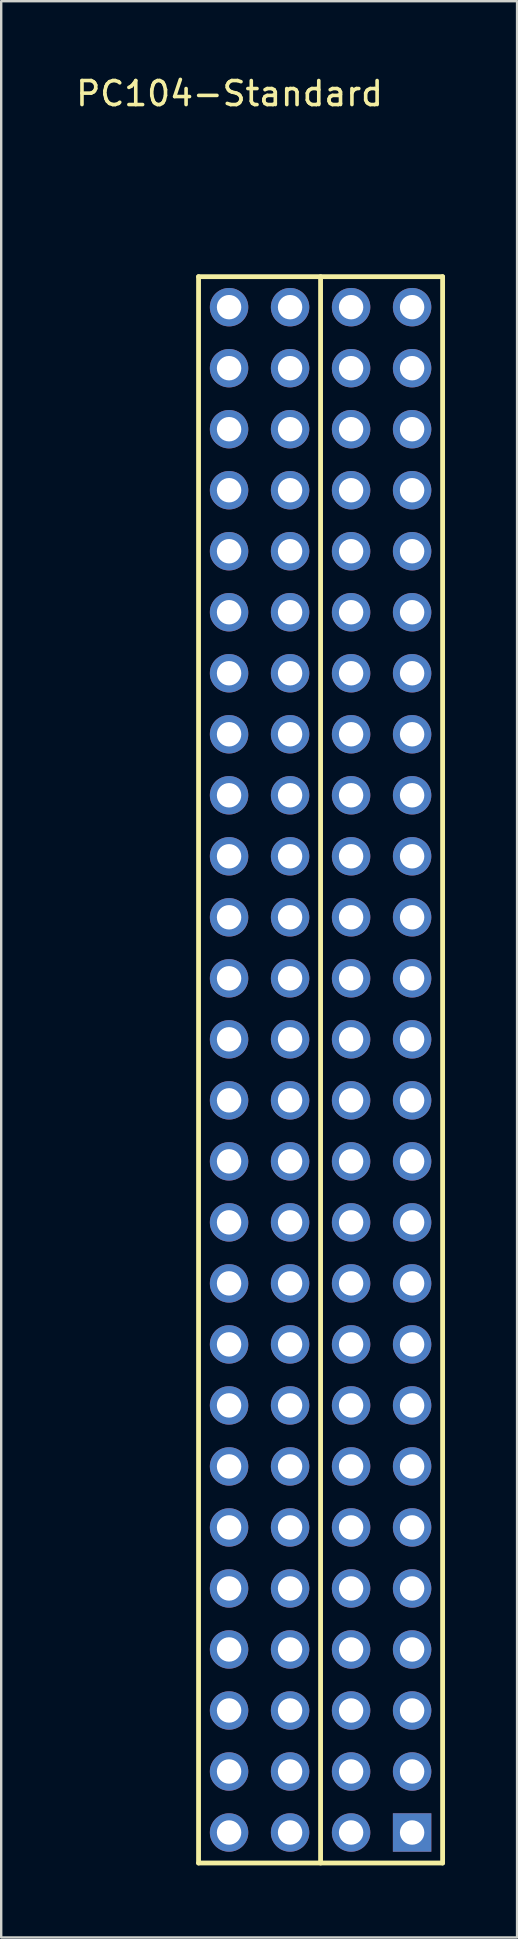
<source format=kicad_pcb>
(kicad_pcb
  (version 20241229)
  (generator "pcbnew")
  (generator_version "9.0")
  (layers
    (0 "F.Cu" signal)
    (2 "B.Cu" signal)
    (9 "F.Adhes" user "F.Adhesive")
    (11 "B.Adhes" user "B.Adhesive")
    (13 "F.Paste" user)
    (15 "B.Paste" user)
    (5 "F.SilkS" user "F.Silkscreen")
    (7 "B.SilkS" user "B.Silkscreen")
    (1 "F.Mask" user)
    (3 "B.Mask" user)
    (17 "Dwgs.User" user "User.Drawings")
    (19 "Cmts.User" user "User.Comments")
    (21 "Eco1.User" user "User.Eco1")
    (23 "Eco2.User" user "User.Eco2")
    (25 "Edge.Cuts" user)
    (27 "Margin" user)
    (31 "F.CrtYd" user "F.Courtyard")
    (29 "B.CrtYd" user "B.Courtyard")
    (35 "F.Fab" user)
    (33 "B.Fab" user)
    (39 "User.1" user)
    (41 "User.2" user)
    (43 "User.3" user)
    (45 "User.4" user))
  (footprint "PC104-Standard"
    (layer "F.Cu")
    (at 5.236 41.488)
    (property "Reference" "PC104-Standard" (at 1.27 -40.64 0) (layer "F.SilkS") (effects (font (size 1 1) (thickness 0.15))))
    (attr through_hole)
    (fp_line (start -0.02 -33.02) (end 10.14 -33.02) (stroke (width 0.2) (type solid)) (layer "F.SilkS"))
    (fp_line (start -0.02 33.02) (end -0.02 -33.02) (stroke (width 0.2) (type solid)) (layer "F.SilkS"))
    (fp_line (start 5.06 -33.02) (end 5.06 33.02) (stroke (width 0.2) (type solid)) (layer "F.SilkS"))
    (fp_line (start 10.14 -33.02) (end 10.14 33.02) (stroke (width 0.2) (type solid)) (layer "F.SilkS"))
    (fp_line (start 10.14 33.02) (end -0.02 33.02) (stroke (width 0.2) (type solid)) (layer "F.SilkS"))
    (pad "1" thru_hole rect (at 8.87 31.75) (size 1.6 1.6) (drill 1.016) (layers "*.Cu" "*.Mask"))
    (pad "2" thru_hole circle (at 6.33 31.75) (size 1.6 1.6) (drill 1.016) (layers "*.Cu" "*.Mask"))
    (pad "3" thru_hole circle (at 8.87 29.21) (size 1.6 1.6) (drill 1.016) (layers "*.Cu" "*.Mask"))
    (pad "4" thru_hole circle (at 6.33 29.21) (size 1.6 1.6) (drill 1.016) (layers "*.Cu" "*.Mask"))
    (pad "5" thru_hole circle (at 8.87 26.67) (size 1.6 1.6) (drill 1.016) (layers "*.Cu" "*.Mask"))
    (pad "6" thru_hole circle (at 6.33 26.67) (size 1.6 1.6) (drill 1.016) (layers "*.Cu" "*.Mask"))
    (pad "7" thru_hole circle (at 8.87 24.13) (size 1.6 1.6) (drill 1.016) (layers "*.Cu" "*.Mask"))
    (pad "8" thru_hole circle (at 6.33 24.13) (size 1.6 1.6) (drill 1.016) (layers "*.Cu" "*.Mask"))
    (pad "9" thru_hole circle (at 8.87 21.59) (size 1.6 1.6) (drill 1.016) (layers "*.Cu" "*.Mask"))
    (pad "10" thru_hole circle (at 6.33 21.59) (size 1.6 1.6) (drill 1.016) (layers "*.Cu" "*.Mask"))
    (pad "11" thru_hole circle (at 8.87 19.05) (size 1.6 1.6) (drill 1.016) (layers "*.Cu" "*.Mask"))
    (pad "12" thru_hole circle (at 6.33 19.05) (size 1.6 1.6) (drill 1.016) (layers "*.Cu" "*.Mask"))
    (pad "13" thru_hole circle (at 8.87 16.51) (size 1.6 1.6) (drill 1.016) (layers "*.Cu" "*.Mask"))
    (pad "14" thru_hole circle (at 6.33 16.51) (size 1.6 1.6) (drill 1.016) (layers "*.Cu" "*.Mask"))
    (pad "15" thru_hole circle (at 8.87 13.97) (size 1.6 1.6) (drill 1.016) (layers "*.Cu" "*.Mask"))
    (pad "16" thru_hole circle (at 6.33 13.97) (size 1.6 1.6) (drill 1.016) (layers "*.Cu" "*.Mask"))
    (pad "17" thru_hole circle (at 8.87 11.43) (size 1.6 1.6) (drill 1.016) (layers "*.Cu" "*.Mask"))
    (pad "18" thru_hole circle (at 6.33 11.43) (size 1.6 1.6) (drill 1.016) (layers "*.Cu" "*.Mask"))
    (pad "19" thru_hole circle (at 8.87 8.89) (size 1.6 1.6) (drill 1.016) (layers "*.Cu" "*.Mask"))
    (pad "20" thru_hole circle (at 6.33 8.89) (size 1.6 1.6) (drill 1.016) (layers "*.Cu" "*.Mask"))
    (pad "21" thru_hole circle (at 8.87 6.35) (size 1.6 1.6) (drill 1.016) (layers "*.Cu" "*.Mask"))
    (pad "22" thru_hole circle (at 6.33 6.35) (size 1.6 1.6) (drill 1.016) (layers "*.Cu" "*.Mask"))
    (pad "23" thru_hole circle (at 8.87 3.81) (size 1.6 1.6) (drill 1.016) (layers "*.Cu" "*.Mask"))
    (pad "24" thru_hole circle (at 6.33 3.81) (size 1.6 1.6) (drill 1.016) (layers "*.Cu" "*.Mask"))
    (pad "25" thru_hole circle (at 8.87 1.27) (size 1.6 1.6) (drill 1.016) (layers "*.Cu" "*.Mask"))
    (pad "26" thru_hole circle (at 6.33 1.27) (size 1.6 1.6) (drill 1.016) (layers "*.Cu" "*.Mask"))
    (pad "27" thru_hole circle (at 8.87 -1.27) (size 1.6 1.6) (drill 1.016) (layers "*.Cu" "*.Mask"))
    (pad "28" thru_hole circle (at 6.33 -1.27) (size 1.6 1.6) (drill 1.016) (layers "*.Cu" "*.Mask"))
    (pad "29" thru_hole circle (at 8.87 -3.81) (size 1.6 1.6) (drill 1.016) (layers "*.Cu" "*.Mask"))
    (pad "30" thru_hole circle (at 6.33 -3.81) (size 1.6 1.6) (drill 1.016) (layers "*.Cu" "*.Mask"))
    (pad "31" thru_hole circle (at 8.87 -6.35) (size 1.6 1.6) (drill 1.016) (layers "*.Cu" "*.Mask"))
    (pad "32" thru_hole circle (at 6.33 -6.35) (size 1.6 1.6) (drill 1.016) (layers "*.Cu" "*.Mask"))
    (pad "33" thru_hole circle (at 8.87 -8.89) (size 1.6 1.6) (drill 1.016) (layers "*.Cu" "*.Mask"))
    (pad "34" thru_hole circle (at 6.33 -8.89) (size 1.6 1.6) (drill 1.016) (layers "*.Cu" "*.Mask"))
    (pad "35" thru_hole circle (at 8.87 -11.43) (size 1.6 1.6) (drill 1.016) (layers "*.Cu" "*.Mask"))
    (pad "36" thru_hole circle (at 6.33 -11.43) (size 1.6 1.6) (drill 1.016) (layers "*.Cu" "*.Mask"))
    (pad "37" thru_hole circle (at 8.87 -13.97) (size 1.6 1.6) (drill 1.016) (layers "*.Cu" "*.Mask"))
    (pad "38" thru_hole circle (at 6.33 -13.97) (size 1.6 1.6) (drill 1.016) (layers "*.Cu" "*.Mask"))
    (pad "39" thru_hole circle (at 8.87 -16.51) (size 1.6 1.6) (drill 1.016) (layers "*.Cu" "*.Mask"))
    (pad "40" thru_hole circle (at 6.33 -16.51) (size 1.6 1.6) (drill 1.016) (layers "*.Cu" "*.Mask"))
    (pad "41" thru_hole circle (at 8.87 -19.05) (size 1.6 1.6) (drill 1.016) (layers "*.Cu" "*.Mask"))
    (pad "42" thru_hole circle (at 6.33 -19.05) (size 1.6 1.6) (drill 1.016) (layers "*.Cu" "*.Mask"))
    (pad "43" thru_hole circle (at 8.87 -21.59) (size 1.6 1.6) (drill 1.016) (layers "*.Cu" "*.Mask"))
    (pad "44" thru_hole circle (at 6.33 -21.59) (size 1.6 1.6) (drill 1.016) (layers "*.Cu" "*.Mask"))
    (pad "45" thru_hole circle (at 8.87 -24.13) (size 1.6 1.6) (drill 1.016) (layers "*.Cu" "*.Mask"))
    (pad "46" thru_hole circle (at 6.33 -24.13) (size 1.6 1.6) (drill 1.016) (layers "*.Cu" "*.Mask"))
    (pad "47" thru_hole circle (at 8.87 -26.67) (size 1.6 1.6) (drill 1.016) (layers "*.Cu" "*.Mask"))
    (pad "48" thru_hole circle (at 6.33 -26.67) (size 1.6 1.6) (drill 1.016) (layers "*.Cu" "*.Mask"))
    (pad "49" thru_hole circle (at 8.87 -29.21) (size 1.6 1.6) (drill 1.016) (layers "*.Cu" "*.Mask"))
    (pad "50" thru_hole circle (at 6.33 -29.21) (size 1.6 1.6) (drill 1.016) (layers "*.Cu" "*.Mask"))
    (pad "51" thru_hole circle (at 8.87 -31.75) (size 1.6 1.6) (drill 1.016) (layers "*.Cu" "*.Mask"))
    (pad "52" thru_hole circle (at 6.33 -31.75) (size 1.6 1.6) (drill 1.016) (layers "*.Cu" "*.Mask"))
    (pad "53" thru_hole circle (at 3.79 31.75) (size 1.6 1.6) (drill 1.016) (layers "*.Cu" "*.Mask"))
    (pad "54" thru_hole circle (at 1.25 31.75) (size 1.6 1.6) (drill 1.016) (layers "*.Cu" "*.Mask"))
    (pad "55" thru_hole circle (at 3.79 29.21) (size 1.6 1.6) (drill 1.016) (layers "*.Cu" "*.Mask"))
    (pad "56" thru_hole circle (at 1.25 29.21) (size 1.6 1.6) (drill 1.016) (layers "*.Cu" "*.Mask"))
    (pad "57" thru_hole circle (at 3.79 26.67 90) (size 1.6 1.6) (drill 1.016) (layers "*.Cu" "*.Mask"))
    (pad "58" thru_hole circle (at 1.25 26.67) (size 1.6 1.6) (drill 1.016) (layers "*.Cu" "*.Mask"))
    (pad "59" thru_hole circle (at 3.79 24.13) (size 1.6 1.6) (drill 1.016) (layers "*.Cu" "*.Mask"))
    (pad "60" thru_hole circle (at 1.25 24.13) (size 1.6 1.6) (drill 1.016) (layers "*.Cu" "*.Mask"))
    (pad "61" thru_hole circle (at 3.79 21.59) (size 1.6 1.6) (drill 1.016) (layers "*.Cu" "*.Mask"))
    (pad "62" thru_hole circle (at 1.25 21.59) (size 1.6 1.6) (drill 1.016) (layers "*.Cu" "*.Mask"))
    (pad "63" thru_hole circle (at 3.79 19.05) (size 1.6 1.6) (drill 1.016) (layers "*.Cu" "*.Mask"))
    (pad "64" thru_hole circle (at 1.25 19.05) (size 1.6 1.6) (drill 1.016) (layers "*.Cu" "*.Mask"))
    (pad "65" thru_hole circle (at 3.79 16.51) (size 1.6 1.6) (drill 1.016) (layers "*.Cu" "*.Mask"))
    (pad "66" thru_hole circle (at 1.25 16.51) (size 1.6 1.6) (drill 1.016) (layers "*.Cu" "*.Mask"))
    (pad "67" thru_hole circle (at 3.79 13.97) (size 1.6 1.6) (drill 1.016) (layers "*.Cu" "*.Mask"))
    (pad "68" thru_hole circle (at 1.25 13.97) (size 1.6 1.6) (drill 1.016) (layers "*.Cu" "*.Mask"))
    (pad "69" thru_hole circle (at 3.79 11.43) (size 1.6 1.6) (drill 1.016) (layers "*.Cu" "*.Mask"))
    (pad "70" thru_hole circle (at 1.25 11.43) (size 1.6 1.6) (drill 1.016) (layers "*.Cu" "*.Mask"))
    (pad "71" thru_hole circle (at 3.79 8.89) (size 1.6 1.6) (drill 1.016) (layers "*.Cu" "*.Mask"))
    (pad "72" thru_hole circle (at 1.25 8.89) (size 1.6 1.6) (drill 1.016) (layers "*.Cu" "*.Mask"))
    (pad "73" thru_hole circle (at 3.79 6.35) (size 1.6 1.6) (drill 1.016) (layers "*.Cu" "*.Mask"))
    (pad "74" thru_hole circle (at 1.25 6.35) (size 1.6 1.6) (drill 1.016) (layers "*.Cu" "*.Mask"))
    (pad "75" thru_hole circle (at 3.79 3.81) (size 1.6 1.6) (drill 1.016) (layers "*.Cu" "*.Mask"))
    (pad "76" thru_hole circle (at 1.25 3.81) (size 1.6 1.6) (drill 1.016) (layers "*.Cu" "*.Mask"))
    (pad "77" thru_hole circle (at 3.79 1.27) (size 1.6 1.6) (drill 1.016) (layers "*.Cu" "*.Mask"))
    (pad "78" thru_hole circle (at 1.25 1.27) (size 1.6 1.6) (drill 1.016) (layers "*.Cu" "*.Mask"))
    (pad "79" thru_hole circle (at 3.79 -1.27) (size 1.6 1.6) (drill 1.016) (layers "*.Cu" "*.Mask"))
    (pad "80" thru_hole circle (at 1.25 -1.27) (size 1.6 1.6) (drill 1.016) (layers "*.Cu" "*.Mask"))
    (pad "81" thru_hole circle (at 3.79 -3.81) (size 1.6 1.6) (drill 1.016) (layers "*.Cu" "*.Mask"))
    (pad "82" thru_hole circle (at 1.25 -3.81) (size 1.6 1.6) (drill 1.016) (layers "*.Cu" "*.Mask"))
    (pad "83" thru_hole circle (at 3.79 -6.35) (size 1.6 1.6) (drill 1.016) (layers "*.Cu" "*.Mask"))
    (pad "84" thru_hole circle (at 1.25 -6.35) (size 1.6 1.6) (drill 1.016) (layers "*.Cu" "*.Mask"))
    (pad "85" thru_hole circle (at 3.79 -8.89) (size 1.6 1.6) (drill 1.016) (layers "*.Cu" "*.Mask"))
    (pad "86" thru_hole circle (at 1.25 -8.89) (size 1.6 1.6) (drill 1.016) (layers "*.Cu" "*.Mask"))
    (pad "87" thru_hole circle (at 3.79 -11.43) (size 1.6 1.6) (drill 1.016) (layers "*.Cu" "*.Mask"))
    (pad "88" thru_hole circle (at 1.25 -11.43) (size 1.6 1.6) (drill 1.016) (layers "*.Cu" "*.Mask"))
    (pad "89" thru_hole circle (at 3.79 -13.97) (size 1.6 1.6) (drill 1.016) (layers "*.Cu" "*.Mask"))
    (pad "90" thru_hole circle (at 1.25 -13.97) (size 1.6 1.6) (drill 1.016) (layers "*.Cu" "*.Mask"))
    (pad "91" thru_hole circle (at 3.79 -16.51) (size 1.6 1.6) (drill 1.016) (layers "*.Cu" "*.Mask"))
    (pad "92" thru_hole circle (at 1.25 -16.51) (size 1.6 1.6) (drill 1.016) (layers "*.Cu" "*.Mask"))
    (pad "93" thru_hole circle (at 3.79 -19.05) (size 1.6 1.6) (drill 1.016) (layers "*.Cu" "*.Mask"))
    (pad "94" thru_hole circle (at 1.25 -19.05) (size 1.6 1.6) (drill 1.016) (layers "*.Cu" "*.Mask"))
    (pad "95" thru_hole circle (at 3.79 -21.59) (size 1.6 1.6) (drill 1.016) (layers "*.Cu" "*.Mask"))
    (pad "96" thru_hole circle (at 1.25 -21.59) (size 1.6 1.6) (drill 1.016) (layers "*.Cu" "*.Mask"))
    (pad "97" thru_hole circle (at 3.79 -24.13) (size 1.6 1.6) (drill 1.016) (layers "*.Cu" "*.Mask"))
    (pad "98" thru_hole circle (at 1.25 -24.13) (size 1.6 1.6) (drill 1.016) (layers "*.Cu" "*.Mask"))
    (pad "99" thru_hole circle (at 3.79 -26.67) (size 1.6 1.6) (drill 1.016) (layers "*.Cu" "*.Mask"))
    (pad "100" thru_hole circle (at 1.25 -26.67) (size 1.6 1.6) (drill 1.016) (layers "*.Cu" "*.Mask"))
    (pad "101" thru_hole circle (at 3.79 -29.21) (size 1.6 1.6) (drill 1.016) (layers "*.Cu" "*.Mask"))
    (pad "102" thru_hole circle (at 1.25 -29.21) (size 1.6 1.6) (drill 1.016) (layers "*.Cu" "*.Mask"))
    (pad "103" thru_hole circle (at 3.79 -31.75) (size 1.6 1.6) (drill 1.016) (layers "*.Cu" "*.Mask"))
    (pad "104" thru_hole circle (at 1.25 -31.75) (size 1.6 1.6) (drill 1.016) (layers "*.Cu" "*.Mask")))
  (gr_rect
    (start -3 -3)
    (end 18.476 77.608)
    (stroke (width 0.1) (type default))
    (fill no)
    (layer "Edge.Cuts")))
</source>
